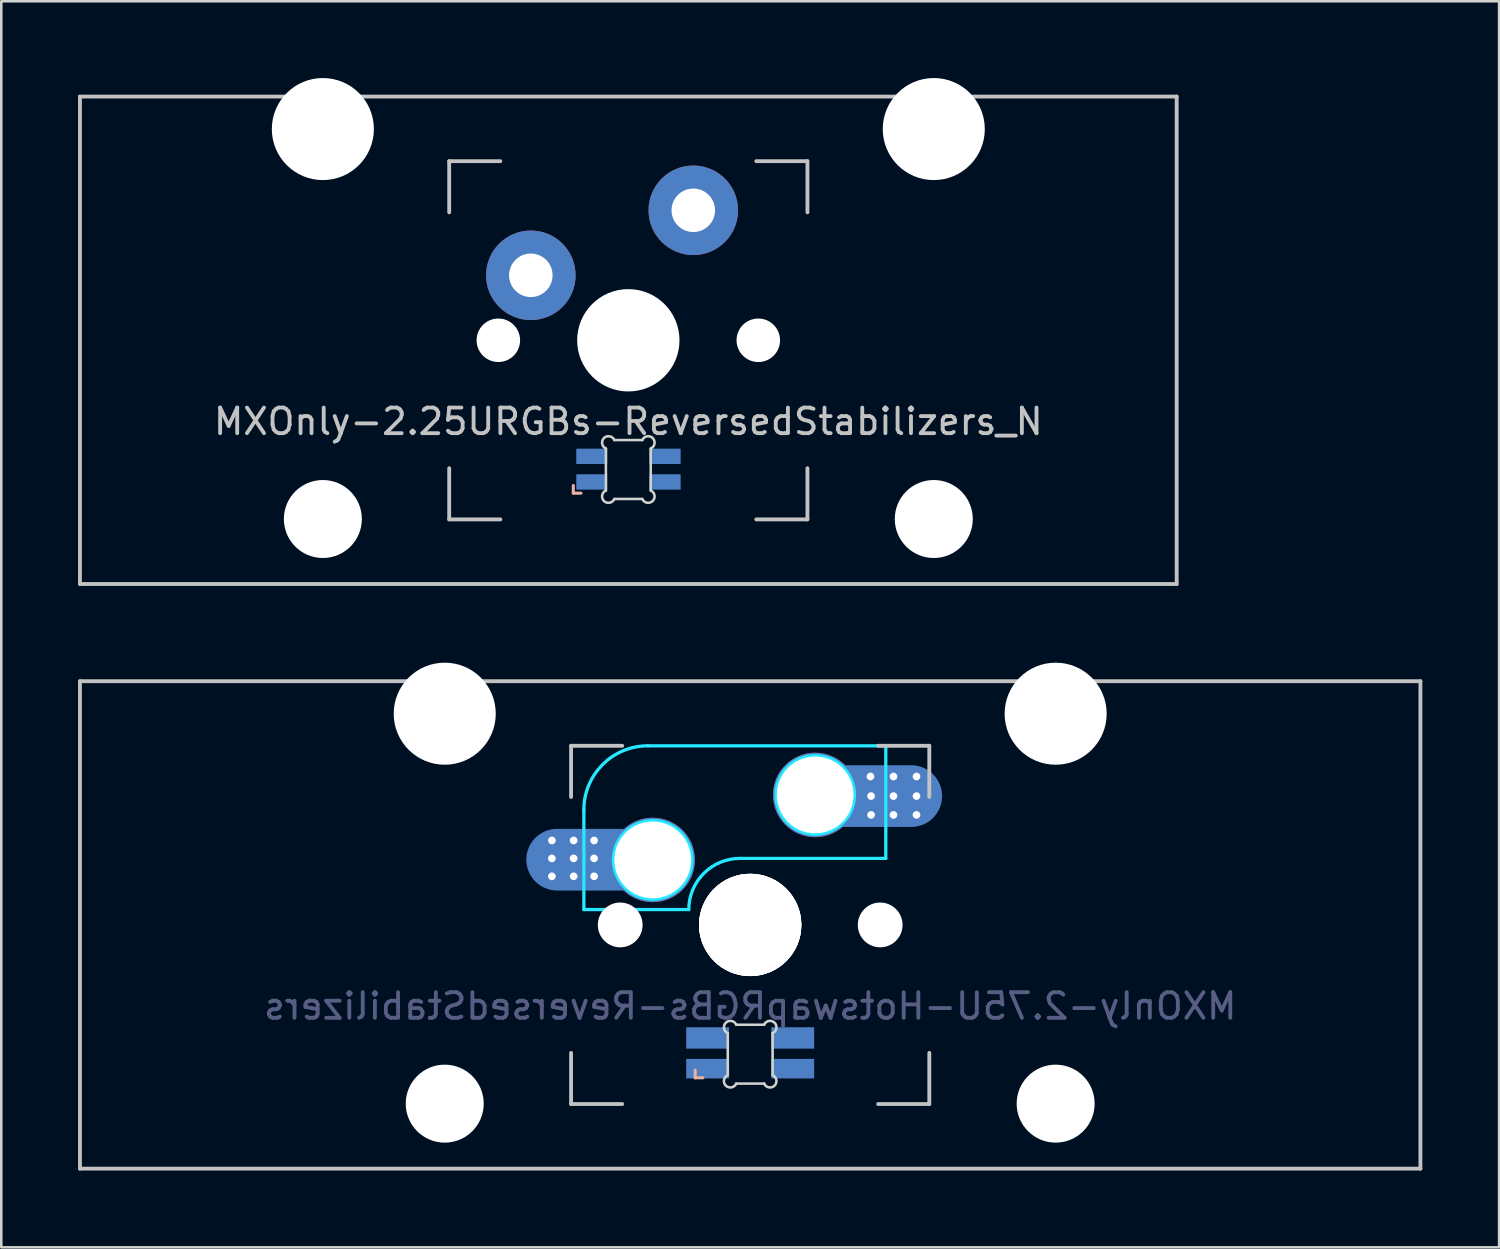
<source format=kicad_pcb>
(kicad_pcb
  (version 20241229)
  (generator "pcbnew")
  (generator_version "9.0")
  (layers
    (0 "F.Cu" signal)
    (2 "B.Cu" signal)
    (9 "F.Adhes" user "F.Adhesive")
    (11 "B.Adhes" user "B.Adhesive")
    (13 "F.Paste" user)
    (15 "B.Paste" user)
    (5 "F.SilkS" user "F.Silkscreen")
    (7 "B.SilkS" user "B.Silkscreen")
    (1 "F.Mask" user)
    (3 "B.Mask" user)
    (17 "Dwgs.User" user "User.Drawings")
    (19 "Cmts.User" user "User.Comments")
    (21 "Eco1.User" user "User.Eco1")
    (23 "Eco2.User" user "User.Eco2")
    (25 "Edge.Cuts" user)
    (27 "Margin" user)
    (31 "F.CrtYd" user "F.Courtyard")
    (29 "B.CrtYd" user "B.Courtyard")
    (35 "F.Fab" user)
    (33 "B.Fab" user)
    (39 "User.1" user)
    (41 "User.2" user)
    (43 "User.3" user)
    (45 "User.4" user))
  (footprint "MXOnly-2.25URGBs-ReversedStabilizers_N"
    (layer "F.Cu")
    (at 21.506 10.249)
    (property "Reference" "MXOnly-2.25URGBs-ReversedStabilizers_N" (at 0 3.175 0) (layer "Dwgs.User") (effects (font (size 1 1) (thickness 0.15))))
    (attr through_hole)
    (fp_line (start -2.15 5.675) (end -2.15 5.975) (stroke (width 0.12) (type solid)) (layer "B.SilkS"))
    (fp_line (start -2.15 5.975) (end -1.85 5.975) (stroke (width 0.12) (type solid)) (layer "B.SilkS"))
    (fp_line (start -21.431 -9.525) (end 21.431 -9.525) (stroke (width 0.15) (type solid)) (layer "Dwgs.User"))
    (fp_line (start -21.431 9.525) (end -21.431 -9.525) (stroke (width 0.15) (type solid)) (layer "Dwgs.User"))
    (fp_line (start -21.431 9.525) (end 21.431 9.525) (stroke (width 0.15) (type solid)) (layer "Dwgs.User"))
    (fp_line (start -7 -7) (end -7 -5) (stroke (width 0.15) (type solid)) (layer "Dwgs.User"))
    (fp_line (start -7 5) (end -7 7) (stroke (width 0.15) (type solid)) (layer "Dwgs.User"))
    (fp_line (start -7 7) (end -5 7) (stroke (width 0.15) (type solid)) (layer "Dwgs.User"))
    (fp_line (start -5 -7) (end -7 -7) (stroke (width 0.15) (type solid)) (layer "Dwgs.User"))
    (fp_line (start 5 -7) (end 7 -7) (stroke (width 0.15) (type solid)) (layer "Dwgs.User"))
    (fp_line (start 5 7) (end 7 7) (stroke (width 0.15) (type solid)) (layer "Dwgs.User"))
    (fp_line (start 7 -7) (end 7 -5) (stroke (width 0.15) (type solid)) (layer "Dwgs.User"))
    (fp_line (start 7 7) (end 7 5) (stroke (width 0.15) (type solid)) (layer "Dwgs.User"))
    (fp_line (start 21.431 -9.525) (end 21.431 9.525) (stroke (width 0.15) (type solid)) (layer "Dwgs.User"))
    (fp_line (start -0.876 5.873) (end -0.876 4.229) (stroke (width 0.1) (type solid)) (layer "Edge.Cuts"))
    (fp_line (start -0.547 3.9) (end 0.547 3.9) (stroke (width 0.1) (type solid)) (layer "Edge.Cuts"))
    (fp_line (start 0.547 6.202) (end -0.547 6.202) (stroke (width 0.1) (type solid)) (layer "Edge.Cuts"))
    (fp_line (start 0.876 4.229) (end 0.876 5.873) (stroke (width 0.1) (type solid)) (layer "Edge.Cuts"))
    (fp_arc (start -0.876007 4.229129) (mid -0.95279 3.823216) (end -0.546878 3.9) (stroke (width 0.1) (type solid)) (layer "Edge.Cuts"))
    (fp_arc (start -0.546878 6.202013) (mid -0.952749 6.278753) (end -0.876007 5.872884) (stroke (width 0.1) (type solid)) (layer "Edge.Cuts"))
    (fp_arc (start 0.546877 3.9) (mid 0.9528 3.823208) (end 0.876006 4.229129) (stroke (width 0.1) (type solid)) (layer "Edge.Cuts"))
    (fp_arc (start 0.876006 5.872884) (mid 0.952757 6.278766) (end 0.546877 6.202013) (stroke (width 0.1) (type solid)) (layer "Edge.Cuts"))
    (pad "" np_thru_hole circle (at -11.938 -8.255) (size 3.988 3.988) (drill 3.988) (layers "*.Cu" "*.Mask"))
    (pad "" np_thru_hole circle (at -11.938 6.985) (size 3.048 3.048) (drill 3.048) (layers "*.Cu" "*.Mask"))
    (pad "" np_thru_hole circle (at -5.08 0 48.099) (size 1.7 1.7) (drill 1.7) (layers "*.Cu" "*.Mask"))
    (pad "" smd circle (at -3.81 -2.55) (size 2.5 2.5) (layers "B.Mask"))
    (pad "" np_thru_hole circle (at 0 0) (size 4 4) (drill 4) (layers "*.Cu" "*.Mask"))
    (pad "" smd circle (at 2.54 -5.08) (size 2.5 2.5) (layers "B.Mask"))
    (pad "" np_thru_hole circle (at 5.08 0 48.099) (size 1.7 1.7) (drill 1.7) (layers "*.Cu" "*.Mask"))
    (pad "" np_thru_hole circle (at 11.938 -8.255) (size 3.988 3.988) (drill 3.988) (layers "*.Cu" "*.Mask"))
    (pad "" np_thru_hole circle (at 11.938 6.985) (size 3.048 3.048) (drill 3.048) (layers "*.Cu" "*.Mask"))
    (pad "1" thru_hole circle (at -3.81 -2.54) (size 3.5 3.5) (drill 1.7) (layers "*.Cu"))
    (pad "2" thru_hole circle (at 2.54 -5.08) (size 3.5 3.5) (drill 1.7) (layers "*.Cu"))
    (pad "3" smd rect (at -1.429 5.536) (size 1.209 0.6) (layers "B.Cu" "B.Mask" "B.Paste"))
    (pad "4" smd rect (at -1.429 4.536) (size 1.209 0.6) (layers "B.Cu" "B.Mask" "B.Paste"))
    (pad "5" smd rect (at 1.435 5.536) (size 1.219 0.6) (layers "B.Cu" "B.Mask" "B.Paste"))
    (pad "6" smd rect (at 1.435 4.536) (size 1.219 0.6) (layers "B.Cu" "B.Mask" "B.Paste")))
  (footprint "MXOnly-2.75U-HotswapRGBs-ReversedStabilizers"
    (layer "F.Cu")
    (at 26.269 33.098)
    (property "Reference" "MXOnly-2.75U-HotswapRGBs-ReversedStabilizers" (at 0 3.175 0) (layer "B.Fab") (effects (font (size 1 1) (thickness 0.15)) (justify mirror)))
    (attr smd)
    (fp_line (start -2.15 5.675) (end -2.15 5.975) (stroke (width 0.12) (type solid)) (layer "B.SilkS"))
    (fp_line (start -2.15 5.975) (end -1.85 5.975) (stroke (width 0.12) (type solid)) (layer "B.SilkS"))
    (fp_line (start -26.194 -9.525) (end 26.194 -9.525) (stroke (width 0.15) (type solid)) (layer "Dwgs.User"))
    (fp_line (start -26.194 9.525) (end -26.194 -9.525) (stroke (width 0.15) (type solid)) (layer "Dwgs.User"))
    (fp_line (start -7 -7) (end -7 -5) (stroke (width 0.15) (type solid)) (layer "Dwgs.User"))
    (fp_line (start -7 5) (end -7 7) (stroke (width 0.15) (type solid)) (layer "Dwgs.User"))
    (fp_line (start -7 7) (end -5 7) (stroke (width 0.15) (type solid)) (layer "Dwgs.User"))
    (fp_line (start -5 -7) (end -7 -7) (stroke (width 0.15) (type solid)) (layer "Dwgs.User"))
    (fp_line (start 5 -7) (end 7 -7) (stroke (width 0.15) (type solid)) (layer "Dwgs.User"))
    (fp_line (start 5 7) (end 7 7) (stroke (width 0.15) (type solid)) (layer "Dwgs.User"))
    (fp_line (start 7 -5) (end 7 -7) (stroke (width 0.15) (type solid)) (layer "Dwgs.User"))
    (fp_line (start 7 7) (end 7 5) (stroke (width 0.15) (type solid)) (layer "Dwgs.User"))
    (fp_line (start 26.194 -9.525) (end 26.194 9.525) (stroke (width 0.15) (type solid)) (layer "Dwgs.User"))
    (fp_line (start 26.194 9.525) (end -26.194 9.525) (stroke (width 0.15) (type solid)) (layer "Dwgs.User"))
    (fp_line (start -0.876 5.873) (end -0.876 4.229) (stroke (width 0.1) (type solid)) (layer "Edge.Cuts"))
    (fp_line (start -0.547 3.9) (end 0.547 3.9) (stroke (width 0.1) (type solid)) (layer "Edge.Cuts"))
    (fp_line (start 0.547 6.202) (end -0.547 6.202) (stroke (width 0.1) (type solid)) (layer "Edge.Cuts"))
    (fp_line (start 0.876 4.229) (end 0.876 5.873) (stroke (width 0.1) (type solid)) (layer "Edge.Cuts"))
    (fp_arc (start -0.876007 4.229129) (mid -0.95279 3.823216) (end -0.546878 3.9) (stroke (width 0.1) (type solid)) (layer "Edge.Cuts"))
    (fp_arc (start -0.546878 6.202013) (mid -0.952749 6.278753) (end -0.876007 5.872884) (stroke (width 0.1) (type solid)) (layer "Edge.Cuts"))
    (fp_arc (start 0.546877 3.9) (mid 0.9528 3.823208) (end 0.876006 4.229129) (stroke (width 0.1) (type solid)) (layer "Edge.Cuts"))
    (fp_arc (start 0.876006 5.872884) (mid 0.952757 6.278766) (end 0.546877 6.202013) (stroke (width 0.1) (type solid)) (layer "Edge.Cuts"))
    (fp_line (start -6.5 -4.5) (end -6.5 -0.6) (stroke (width 0.127) (type solid)) (layer "B.CrtYd"))
    (fp_line (start -6.5 -0.6) (end -2.4 -0.6) (stroke (width 0.127) (type solid)) (layer "B.CrtYd"))
    (fp_line (start -0.4 -2.6) (end 5.3 -2.6) (stroke (width 0.127) (type solid)) (layer "B.CrtYd"))
    (fp_line (start 5.3 -7) (end -4 -7) (stroke (width 0.127) (type solid)) (layer "B.CrtYd"))
    (fp_line (start 5.3 -7) (end 5.3 -2.6) (stroke (width 0.127) (type solid)) (layer "B.CrtYd"))
    (fp_arc (start -6.5 -4.5) (mid -5.767767 -6.267767) (end -4 -7) (stroke (width 0.127) (type solid)) (layer "B.CrtYd"))
    (fp_arc (start -2.4 -0.6) (mid -1.814214 -2.014214) (end -0.4 -2.6) (stroke (width 0.127) (type solid)) (layer "B.CrtYd"))
    (fp_circle (center -3.81 -2.54) (end -2.286 -2.54) (stroke (width 0.15) (type solid)) (fill no) (layer "B.CrtYd"))
    (fp_circle (center 2.54 -5.08) (end 2.54 -6.604) (stroke (width 0.15) (type solid)) (fill no) (layer "B.CrtYd"))
    (pad "" np_thru_hole circle (at -11.938 -8.255) (size 3.988 3.988) (drill 3.988) (layers "*.Cu" "*.Mask"))
    (pad "" np_thru_hole circle (at -11.938 6.985) (size 3.048 3.048) (drill 3.048) (layers "*.Cu" "*.Mask"))
    (pad "" np_thru_hole circle (at -5.08 0 48.1) (size 1.75 1.75) (drill 1.75) (layers "*.Cu" "*.Mask"))
    (pad "" np_thru_hole circle (at 0 0) (size 3.988 3.988) (drill 3.988) (layers "*.Cu" "*.Mask"))
    (pad "" np_thru_hole circle (at 0 0) (size 3.988 3.988) (drill 3.988) (layers "*.Cu" "*.Mask"))
    (pad "" np_thru_hole circle (at 0 0) (size 4 4) (drill 4) (layers "*.Cu" "*.Mask"))
    (pad "" np_thru_hole circle (at 0 0) (size 4 4) (drill 4) (layers "*.Cu" "*.Mask"))
    (pad "" np_thru_hole circle (at 5.08 0 48.1) (size 1.75 1.75) (drill 1.75) (layers "*.Cu" "*.Mask"))
    (pad "" np_thru_hole circle (at 11.938 -8.255) (size 3.988 3.988) (drill 3.988) (layers "*.Cu" "*.Mask"))
    (pad "" np_thru_hole circle (at 11.938 6.985) (size 3.048 3.048) (drill 3.048) (layers "*.Cu" "*.Mask"))
    (pad "1" thru_hole circle (at 2.54 -5.08) (size 3.3 3.3) (drill 3) (layers "*.Cu" "B.Mask"))
    (pad "1" thru_hole circle (at 4.7 -5.8) (size 0.4 0.4) (drill 0.3) (layers "*.Cu" "B.Mask"))
    (pad "1" thru_hole circle (at 4.725 -5.035) (size 0.4 0.4) (drill 0.3) (layers "*.Cu" "B.Mask"))
    (pad "1" thru_hole circle (at 4.725 -4.3) (size 0.4 0.4) (drill 0.3) (layers "*.Cu" "B.Mask"))
    (pad "1" smd oval (at 4.75 -5.035) (size 5.5 2.41) (layers "B.Cu" "B.Mask" "B.Paste"))
    (pad "1" thru_hole circle (at 5.6 -5.8) (size 0.4 0.4) (drill 0.3) (layers "*.Cu" "B.Mask"))
    (pad "1" thru_hole circle (at 5.6 -5.035) (size 0.4 0.4) (drill 0.3) (layers "*.Cu" "B.Mask"))
    (pad "1" thru_hole circle (at 5.6 -4.3) (size 0.4 0.4) (drill 0.3) (layers "*.Cu" "B.Mask"))
    (pad "1" thru_hole circle (at 6.5 -5.8) (size 0.4 0.4) (drill 0.3) (layers "*.Cu" "B.Mask"))
    (pad "1" thru_hole circle (at 6.5 -5.035) (size 0.4 0.4) (drill 0.3) (layers "*.Cu" "B.Mask"))
    (pad "1" thru_hole circle (at 6.5 -4.3) (size 0.4 0.4) (drill 0.3) (layers "*.Cu" "B.Mask"))
    (pad "2" thru_hole circle (at -7.75 -3.3) (size 0.4 0.4) (drill 0.3) (layers "*.Cu" "B.Mask"))
    (pad "2" thru_hole circle (at -7.75 -2.6) (size 0.4 0.4) (drill 0.3) (layers "*.Cu" "B.Mask"))
    (pad "2" thru_hole circle (at -7.75 -1.9) (size 0.4 0.4) (drill 0.3) (layers "*.Cu" "B.Mask"))
    (pad "2" thru_hole circle (at -6.9 -3.3) (size 0.4 0.4) (drill 0.3) (layers "*.Cu" "B.Mask"))
    (pad "2" thru_hole circle (at -6.9 -2.6) (size 0.4 0.4) (drill 0.3) (layers "*.Cu" "B.Mask"))
    (pad "2" thru_hole circle (at -6.9 -1.9) (size 0.4 0.4) (drill 0.3) (layers "*.Cu" "B.Mask"))
    (pad "2" thru_hole circle (at -6.1 -3.3) (size 0.4 0.4) (drill 0.3) (layers "*.Cu" "B.Mask"))
    (pad "2" thru_hole circle (at -6.1 -2.6) (size 0.4 0.4) (drill 0.3) (layers "*.Cu" "B.Mask"))
    (pad "2" thru_hole circle (at -6.1 -1.9) (size 0.4 0.4) (drill 0.3) (layers "*.Cu" "B.Mask"))
    (pad "2" smd oval (at -6 -2.55) (size 5.5 2.41) (layers "B.Cu" "B.Mask" "B.Paste"))
    (pad "2" thru_hole circle (at -3.81 -2.54) (size 3.3 3.3) (drill 3) (layers "*.Cu" "B.Mask"))
    (pad "3" smd rect (at 1.663 4.418) (size 1.675 0.836) (layers "B.Cu" "B.Mask" "B.Paste"))
    (pad "4" smd rect (at -1.663 4.418) (size 1.675 0.836) (layers "B.Cu" "B.Mask" "B.Paste"))
    (pad "5" smd rect (at 1.663 5.618) (size 1.675 0.764) (layers "B.Cu" "B.Mask" "B.Paste"))
    (pad "6" smd rect (at -1.663 5.618) (size 1.675 0.764) (layers "B.Cu" "B.Mask" "B.Paste")))
  (gr_rect
    (start -3 -3)
    (end 55.538 45.698)
    (stroke (width 0.1) (type default))
    (fill no)
    (layer "Edge.Cuts")))
</source>
